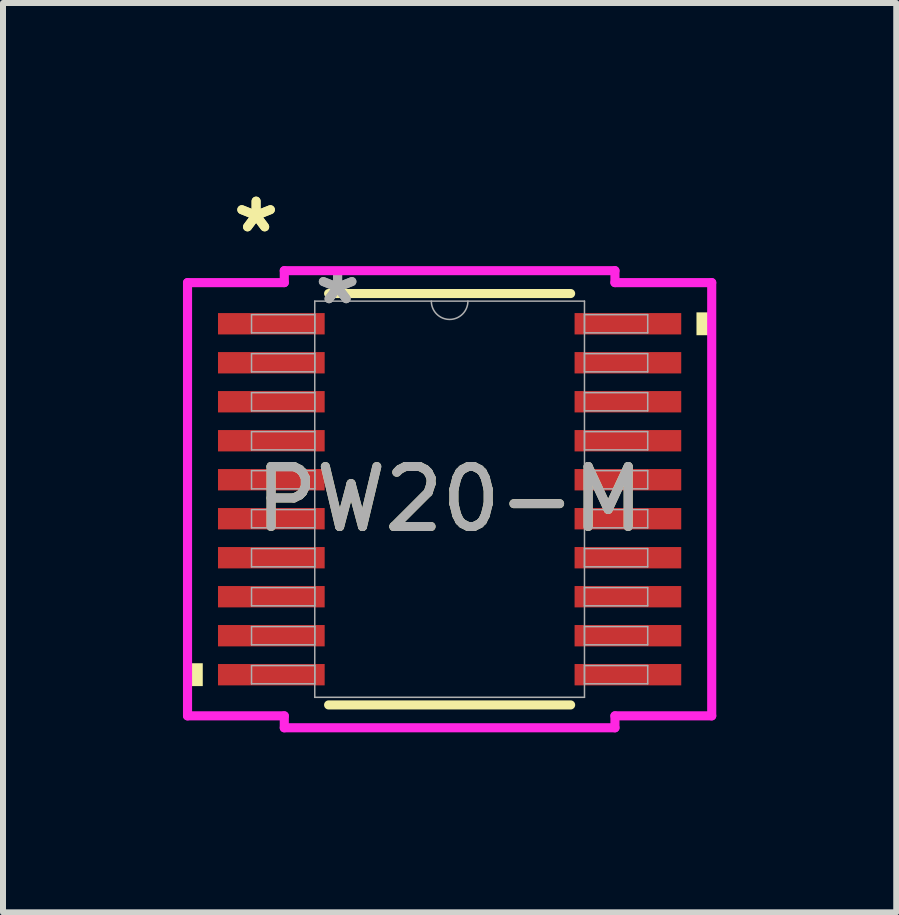
<source format=kicad_pcb>
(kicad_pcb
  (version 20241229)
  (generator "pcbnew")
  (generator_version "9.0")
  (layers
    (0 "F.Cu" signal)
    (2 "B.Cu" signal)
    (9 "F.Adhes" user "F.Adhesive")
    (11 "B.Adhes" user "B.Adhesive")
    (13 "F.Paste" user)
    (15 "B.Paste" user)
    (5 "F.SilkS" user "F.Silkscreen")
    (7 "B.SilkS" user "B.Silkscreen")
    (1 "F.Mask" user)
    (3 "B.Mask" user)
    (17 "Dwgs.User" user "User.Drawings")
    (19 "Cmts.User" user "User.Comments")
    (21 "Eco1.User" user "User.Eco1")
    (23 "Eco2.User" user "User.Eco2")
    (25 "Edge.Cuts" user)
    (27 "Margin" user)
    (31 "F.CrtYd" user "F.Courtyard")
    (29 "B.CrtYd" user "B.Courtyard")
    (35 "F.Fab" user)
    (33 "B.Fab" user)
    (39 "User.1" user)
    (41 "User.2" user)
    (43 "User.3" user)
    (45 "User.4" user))
  (footprint "PW20-M"
    (layer "F.Cu")
    (at 4.445 5.272)
    (property "Reference" "PW20-M" (at 0 0 0) (unlocked yes) (layer "F.SilkS") (effects (font (size 1 1) (thickness 0.15))))
    (attr smd)
    (fp_line (start -2.017 3.429) (end 2.017 3.429) (stroke (width 0.152) (type solid)) (layer "F.SilkS"))
    (fp_line (start 2.017 -3.429) (end -2.017 -3.429) (stroke (width 0.152) (type solid)) (layer "F.SilkS"))
    (fp_poly (pts (xy -4.369 2.734) (xy -4.369 3.115) (xy -4.115 3.115) (xy -4.115 2.734)) (stroke (width 0) (type solid)) (fill yes) (layer "F.SilkS"))
    (fp_poly (pts (xy 4.369 -3.115) (xy 4.369 -2.734) (xy 4.115 -2.734) (xy 4.115 -3.115)) (stroke (width 0) (type solid)) (fill yes) (layer "F.SilkS"))
    (fp_line (start -4.369 -3.611) (end -2.756 -3.611) (stroke (width 0.152) (type solid)) (layer "F.CrtYd"))
    (fp_line (start -4.369 3.611) (end -4.369 -3.611) (stroke (width 0.152) (type solid)) (layer "F.CrtYd"))
    (fp_line (start -4.369 3.611) (end -2.756 3.611) (stroke (width 0.152) (type solid)) (layer "F.CrtYd"))
    (fp_line (start -2.756 -3.81) (end 2.756 -3.81) (stroke (width 0.152) (type solid)) (layer "F.CrtYd"))
    (fp_line (start -2.756 -3.611) (end -2.756 -3.81) (stroke (width 0.152) (type solid)) (layer "F.CrtYd"))
    (fp_line (start -2.756 3.81) (end -2.756 3.611) (stroke (width 0.152) (type solid)) (layer "F.CrtYd"))
    (fp_line (start 2.756 -3.81) (end 2.756 -3.611) (stroke (width 0.152) (type solid)) (layer "F.CrtYd"))
    (fp_line (start 2.756 3.611) (end 2.756 3.81) (stroke (width 0.152) (type solid)) (layer "F.CrtYd"))
    (fp_line (start 2.756 3.81) (end -2.756 3.81) (stroke (width 0.152) (type solid)) (layer "F.CrtYd"))
    (fp_line (start 4.369 -3.611) (end 2.756 -3.611) (stroke (width 0.152) (type solid)) (layer "F.CrtYd"))
    (fp_line (start 4.369 -3.611) (end 4.369 3.611) (stroke (width 0.152) (type solid)) (layer "F.CrtYd"))
    (fp_line (start 4.369 3.611) (end 2.756 3.611) (stroke (width 0.152) (type solid)) (layer "F.CrtYd"))
    (fp_line (start -3.302 -3.077) (end -3.302 -2.773) (stroke (width 0.025) (type solid)) (layer "F.Fab"))
    (fp_line (start -3.302 -2.773) (end -2.248 -2.773) (stroke (width 0.025) (type solid)) (layer "F.Fab"))
    (fp_line (start -3.302 -2.427) (end -3.302 -2.123) (stroke (width 0.025) (type solid)) (layer "F.Fab"))
    (fp_line (start -3.302 -2.123) (end -2.248 -2.123) (stroke (width 0.025) (type solid)) (layer "F.Fab"))
    (fp_line (start -3.302 -1.777) (end -3.302 -1.473) (stroke (width 0.025) (type solid)) (layer "F.Fab"))
    (fp_line (start -3.302 -1.473) (end -2.248 -1.473) (stroke (width 0.025) (type solid)) (layer "F.Fab"))
    (fp_line (start -3.302 -1.127) (end -3.302 -0.823) (stroke (width 0.025) (type solid)) (layer "F.Fab"))
    (fp_line (start -3.302 -0.823) (end -2.248 -0.823) (stroke (width 0.025) (type solid)) (layer "F.Fab"))
    (fp_line (start -3.302 -0.477) (end -3.302 -0.173) (stroke (width 0.025) (type solid)) (layer "F.Fab"))
    (fp_line (start -3.302 -0.173) (end -2.248 -0.173) (stroke (width 0.025) (type solid)) (layer "F.Fab"))
    (fp_line (start -3.302 0.173) (end -3.302 0.477) (stroke (width 0.025) (type solid)) (layer "F.Fab"))
    (fp_line (start -3.302 0.477) (end -2.248 0.477) (stroke (width 0.025) (type solid)) (layer "F.Fab"))
    (fp_line (start -3.302 0.823) (end -3.302 1.127) (stroke (width 0.025) (type solid)) (layer "F.Fab"))
    (fp_line (start -3.302 1.127) (end -2.248 1.127) (stroke (width 0.025) (type solid)) (layer "F.Fab"))
    (fp_line (start -3.302 1.473) (end -3.302 1.777) (stroke (width 0.025) (type solid)) (layer "F.Fab"))
    (fp_line (start -3.302 1.777) (end -2.248 1.777) (stroke (width 0.025) (type solid)) (layer "F.Fab"))
    (fp_line (start -3.302 2.123) (end -3.302 2.427) (stroke (width 0.025) (type solid)) (layer "F.Fab"))
    (fp_line (start -3.302 2.427) (end -2.248 2.427) (stroke (width 0.025) (type solid)) (layer "F.Fab"))
    (fp_line (start -3.302 2.773) (end -3.302 3.077) (stroke (width 0.025) (type solid)) (layer "F.Fab"))
    (fp_line (start -3.302 3.077) (end -2.248 3.077) (stroke (width 0.025) (type solid)) (layer "F.Fab"))
    (fp_line (start -2.248 -3.302) (end -2.248 3.302) (stroke (width 0.025) (type solid)) (layer "F.Fab"))
    (fp_line (start -2.248 -3.077) (end -3.302 -3.077) (stroke (width 0.025) (type solid)) (layer "F.Fab"))
    (fp_line (start -2.248 -2.773) (end -2.248 -3.077) (stroke (width 0.025) (type solid)) (layer "F.Fab"))
    (fp_line (start -2.248 -2.427) (end -3.302 -2.427) (stroke (width 0.025) (type solid)) (layer "F.Fab"))
    (fp_line (start -2.248 -2.123) (end -2.248 -2.427) (stroke (width 0.025) (type solid)) (layer "F.Fab"))
    (fp_line (start -2.248 -1.777) (end -3.302 -1.777) (stroke (width 0.025) (type solid)) (layer "F.Fab"))
    (fp_line (start -2.248 -1.473) (end -2.248 -1.777) (stroke (width 0.025) (type solid)) (layer "F.Fab"))
    (fp_line (start -2.248 -1.127) (end -3.302 -1.127) (stroke (width 0.025) (type solid)) (layer "F.Fab"))
    (fp_line (start -2.248 -0.823) (end -2.248 -1.127) (stroke (width 0.025) (type solid)) (layer "F.Fab"))
    (fp_line (start -2.248 -0.477) (end -3.302 -0.477) (stroke (width 0.025) (type solid)) (layer "F.Fab"))
    (fp_line (start -2.248 -0.173) (end -2.248 -0.477) (stroke (width 0.025) (type solid)) (layer "F.Fab"))
    (fp_line (start -2.248 0.173) (end -3.302 0.173) (stroke (width 0.025) (type solid)) (layer "F.Fab"))
    (fp_line (start -2.248 0.477) (end -2.248 0.173) (stroke (width 0.025) (type solid)) (layer "F.Fab"))
    (fp_line (start -2.248 0.823) (end -3.302 0.823) (stroke (width 0.025) (type solid)) (layer "F.Fab"))
    (fp_line (start -2.248 1.127) (end -2.248 0.823) (stroke (width 0.025) (type solid)) (layer "F.Fab"))
    (fp_line (start -2.248 1.473) (end -3.302 1.473) (stroke (width 0.025) (type solid)) (layer "F.Fab"))
    (fp_line (start -2.248 1.777) (end -2.248 1.473) (stroke (width 0.025) (type solid)) (layer "F.Fab"))
    (fp_line (start -2.248 2.123) (end -3.302 2.123) (stroke (width 0.025) (type solid)) (layer "F.Fab"))
    (fp_line (start -2.248 2.427) (end -2.248 2.123) (stroke (width 0.025) (type solid)) (layer "F.Fab"))
    (fp_line (start -2.248 2.773) (end -3.302 2.773) (stroke (width 0.025) (type solid)) (layer "F.Fab"))
    (fp_line (start -2.248 3.077) (end -2.248 2.773) (stroke (width 0.025) (type solid)) (layer "F.Fab"))
    (fp_line (start -2.248 3.302) (end 2.248 3.302) (stroke (width 0.025) (type solid)) (layer "F.Fab"))
    (fp_line (start 2.248 -3.302) (end -2.248 -3.302) (stroke (width 0.025) (type solid)) (layer "F.Fab"))
    (fp_line (start 2.248 -3.077) (end 2.248 -2.773) (stroke (width 0.025) (type solid)) (layer "F.Fab"))
    (fp_line (start 2.248 -2.773) (end 3.302 -2.773) (stroke (width 0.025) (type solid)) (layer "F.Fab"))
    (fp_line (start 2.248 -2.427) (end 2.248 -2.123) (stroke (width 0.025) (type solid)) (layer "F.Fab"))
    (fp_line (start 2.248 -2.123) (end 3.302 -2.123) (stroke (width 0.025) (type solid)) (layer "F.Fab"))
    (fp_line (start 2.248 -1.777) (end 2.248 -1.473) (stroke (width 0.025) (type solid)) (layer "F.Fab"))
    (fp_line (start 2.248 -1.473) (end 3.302 -1.473) (stroke (width 0.025) (type solid)) (layer "F.Fab"))
    (fp_line (start 2.248 -1.127) (end 2.248 -0.823) (stroke (width 0.025) (type solid)) (layer "F.Fab"))
    (fp_line (start 2.248 -0.823) (end 3.302 -0.823) (stroke (width 0.025) (type solid)) (layer "F.Fab"))
    (fp_line (start 2.248 -0.477) (end 2.248 -0.173) (stroke (width 0.025) (type solid)) (layer "F.Fab"))
    (fp_line (start 2.248 -0.173) (end 3.302 -0.173) (stroke (width 0.025) (type solid)) (layer "F.Fab"))
    (fp_line (start 2.248 0.173) (end 2.248 0.477) (stroke (width 0.025) (type solid)) (layer "F.Fab"))
    (fp_line (start 2.248 0.477) (end 3.302 0.477) (stroke (width 0.025) (type solid)) (layer "F.Fab"))
    (fp_line (start 2.248 0.823) (end 2.248 1.127) (stroke (width 0.025) (type solid)) (layer "F.Fab"))
    (fp_line (start 2.248 1.127) (end 3.302 1.127) (stroke (width 0.025) (type solid)) (layer "F.Fab"))
    (fp_line (start 2.248 1.473) (end 2.248 1.777) (stroke (width 0.025) (type solid)) (layer "F.Fab"))
    (fp_line (start 2.248 1.777) (end 3.302 1.777) (stroke (width 0.025) (type solid)) (layer "F.Fab"))
    (fp_line (start 2.248 2.123) (end 2.248 2.427) (stroke (width 0.025) (type solid)) (layer "F.Fab"))
    (fp_line (start 2.248 2.427) (end 3.302 2.427) (stroke (width 0.025) (type solid)) (layer "F.Fab"))
    (fp_line (start 2.248 2.773) (end 2.248 3.077) (stroke (width 0.025) (type solid)) (layer "F.Fab"))
    (fp_line (start 2.248 3.077) (end 3.302 3.077) (stroke (width 0.025) (type solid)) (layer "F.Fab"))
    (fp_line (start 2.248 3.302) (end 2.248 -3.302) (stroke (width 0.025) (type solid)) (layer "F.Fab"))
    (fp_line (start 3.302 -3.077) (end 2.248 -3.077) (stroke (width 0.025) (type solid)) (layer "F.Fab"))
    (fp_line (start 3.302 -2.773) (end 3.302 -3.077) (stroke (width 0.025) (type solid)) (layer "F.Fab"))
    (fp_line (start 3.302 -2.427) (end 2.248 -2.427) (stroke (width 0.025) (type solid)) (layer "F.Fab"))
    (fp_line (start 3.302 -2.123) (end 3.302 -2.427) (stroke (width 0.025) (type solid)) (layer "F.Fab"))
    (fp_line (start 3.302 -1.777) (end 2.248 -1.777) (stroke (width 0.025) (type solid)) (layer "F.Fab"))
    (fp_line (start 3.302 -1.473) (end 3.302 -1.777) (stroke (width 0.025) (type solid)) (layer "F.Fab"))
    (fp_line (start 3.302 -1.127) (end 2.248 -1.127) (stroke (width 0.025) (type solid)) (layer "F.Fab"))
    (fp_line (start 3.302 -0.823) (end 3.302 -1.127) (stroke (width 0.025) (type solid)) (layer "F.Fab"))
    (fp_line (start 3.302 -0.477) (end 2.248 -0.477) (stroke (width 0.025) (type solid)) (layer "F.Fab"))
    (fp_line (start 3.302 -0.173) (end 3.302 -0.477) (stroke (width 0.025) (type solid)) (layer "F.Fab"))
    (fp_line (start 3.302 0.173) (end 2.248 0.173) (stroke (width 0.025) (type solid)) (layer "F.Fab"))
    (fp_line (start 3.302 0.477) (end 3.302 0.173) (stroke (width 0.025) (type solid)) (layer "F.Fab"))
    (fp_line (start 3.302 0.823) (end 2.248 0.823) (stroke (width 0.025) (type solid)) (layer "F.Fab"))
    (fp_line (start 3.302 1.127) (end 3.302 0.823) (stroke (width 0.025) (type solid)) (layer "F.Fab"))
    (fp_line (start 3.302 1.473) (end 2.248 1.473) (stroke (width 0.025) (type solid)) (layer "F.Fab"))
    (fp_line (start 3.302 1.777) (end 3.302 1.473) (stroke (width 0.025) (type solid)) (layer "F.Fab"))
    (fp_line (start 3.302 2.123) (end 2.248 2.123) (stroke (width 0.025) (type solid)) (layer "F.Fab"))
    (fp_line (start 3.302 2.427) (end 3.302 2.123) (stroke (width 0.025) (type solid)) (layer "F.Fab"))
    (fp_line (start 3.302 2.773) (end 2.248 2.773) (stroke (width 0.025) (type solid)) (layer "F.Fab"))
    (fp_line (start 3.302 3.077) (end 3.302 2.773) (stroke (width 0.025) (type solid)) (layer "F.Fab"))
    (fp_arc (start 0.3048 -3.302) (mid 0 -2.9972) (end -0.3048 -3.302) (stroke (width 0.0254) (type solid)) (layer "F.Fab"))
    (fp_text user "*" (at -3.226 -4.424 0) (layer "F.SilkS") (effects (font (size 1 1) (thickness 0.15))))
    (fp_text user "*" (at -3.226 -4.424 0) (unlocked yes) (layer "F.SilkS") (effects (font (size 1 1) (thickness 0.15))))
    (fp_text user "*" (at -1.867 -3.226 0) (unlocked yes) (layer "F.Fab") (effects (font (size 1 1) (thickness 0.15))))
    (fp_text user "${REFERENCE}" (at 0 0 0) (unlocked yes) (layer "F.Fab") (effects (font (size 1 1) (thickness 0.15))))
    (fp_text user "*" (at -1.867 -3.226 0) (layer "F.Fab") (effects (font (size 1 1) (thickness 0.15))))
    (pad "1" smd rect (at -2.972 -2.925) (size 1.778 0.356) (layers "F.Cu" "F.Mask" "F.Paste"))
    (pad "2" smd rect (at -2.972 -2.275) (size 1.778 0.356) (layers "F.Cu" "F.Mask" "F.Paste"))
    (pad "3" smd rect (at -2.972 -1.625) (size 1.778 0.356) (layers "F.Cu" "F.Mask" "F.Paste"))
    (pad "4" smd rect (at -2.972 -0.975) (size 1.778 0.356) (layers "F.Cu" "F.Mask" "F.Paste"))
    (pad "5" smd rect (at -2.972 -0.325) (size 1.778 0.356) (layers "F.Cu" "F.Mask" "F.Paste"))
    (pad "6" smd rect (at -2.972 0.325) (size 1.778 0.356) (layers "F.Cu" "F.Mask" "F.Paste"))
    (pad "7" smd rect (at -2.972 0.975) (size 1.778 0.356) (layers "F.Cu" "F.Mask" "F.Paste"))
    (pad "8" smd rect (at -2.972 1.625) (size 1.778 0.356) (layers "F.Cu" "F.Mask" "F.Paste"))
    (pad "9" smd rect (at -2.972 2.275) (size 1.778 0.356) (layers "F.Cu" "F.Mask" "F.Paste"))
    (pad "10" smd rect (at -2.972 2.925) (size 1.778 0.356) (layers "F.Cu" "F.Mask" "F.Paste"))
    (pad "11" smd rect (at 2.972 2.925) (size 1.778 0.356) (layers "F.Cu" "F.Mask" "F.Paste"))
    (pad "12" smd rect (at 2.972 2.275) (size 1.778 0.356) (layers "F.Cu" "F.Mask" "F.Paste"))
    (pad "13" smd rect (at 2.972 1.625) (size 1.778 0.356) (layers "F.Cu" "F.Mask" "F.Paste"))
    (pad "14" smd rect (at 2.972 0.975) (size 1.778 0.356) (layers "F.Cu" "F.Mask" "F.Paste"))
    (pad "15" smd rect (at 2.972 0.325) (size 1.778 0.356) (layers "F.Cu" "F.Mask" "F.Paste"))
    (pad "16" smd rect (at 2.972 -0.325) (size 1.778 0.356) (layers "F.Cu" "F.Mask" "F.Paste"))
    (pad "17" smd rect (at 2.972 -0.975) (size 1.778 0.356) (layers "F.Cu" "F.Mask" "F.Paste"))
    (pad "18" smd rect (at 2.972 -1.625) (size 1.778 0.356) (layers "F.Cu" "F.Mask" "F.Paste"))
    (pad "19" smd rect (at 2.972 -2.275) (size 1.778 0.356) (layers "F.Cu" "F.Mask" "F.Paste"))
    (pad "20" smd rect (at 2.972 -2.925) (size 1.778 0.356) (layers "F.Cu" "F.Mask" "F.Paste")))
  (gr_rect
    (start -3 -3)
    (end 11.89 12.158)
    (stroke (width 0.1) (type default))
    (fill no)
    (layer "Edge.Cuts")))
</source>
